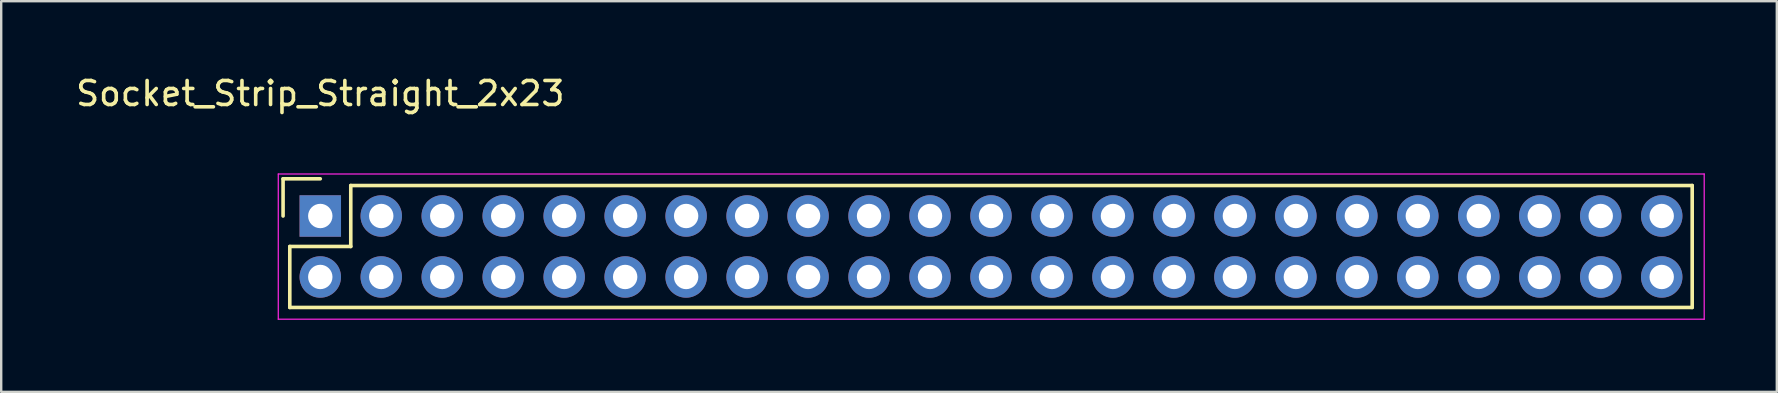
<source format=kicad_pcb>
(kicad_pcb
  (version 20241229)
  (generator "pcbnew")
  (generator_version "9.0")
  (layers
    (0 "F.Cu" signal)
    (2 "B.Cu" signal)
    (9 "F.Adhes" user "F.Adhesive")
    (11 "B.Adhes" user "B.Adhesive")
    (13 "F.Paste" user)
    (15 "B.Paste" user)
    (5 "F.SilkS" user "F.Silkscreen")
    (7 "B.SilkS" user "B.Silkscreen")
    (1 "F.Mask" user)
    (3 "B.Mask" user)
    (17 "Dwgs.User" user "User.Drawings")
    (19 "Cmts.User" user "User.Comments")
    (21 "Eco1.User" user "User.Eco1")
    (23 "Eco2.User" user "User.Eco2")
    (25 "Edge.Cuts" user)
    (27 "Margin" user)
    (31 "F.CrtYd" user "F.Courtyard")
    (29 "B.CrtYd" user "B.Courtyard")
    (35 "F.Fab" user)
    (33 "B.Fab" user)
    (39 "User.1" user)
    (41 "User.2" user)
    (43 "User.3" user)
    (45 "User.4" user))
  (footprint "Socket_Strip_Straight_2x23"
    (layer "F.Cu")
    (at 10.292 5.948)
    (property "Reference" "Socket_Strip_Straight_2x23" (at 0 -5.1 0) (layer "F.SilkS") (effects (font (size 1 1) (thickness 0.15))))
    (attr through_hole)
    (fp_line (start -1.55 -1.55) (end -1.55 0) (stroke (width 0.15) (type solid)) (layer "F.SilkS"))
    (fp_line (start -1.27 1.27) (end 1.27 1.27) (stroke (width 0.15) (type solid)) (layer "F.SilkS"))
    (fp_line (start -1.27 3.81) (end -1.27 1.27) (stroke (width 0.15) (type solid)) (layer "F.SilkS"))
    (fp_line (start 0 -1.55) (end -1.55 -1.55) (stroke (width 0.15) (type solid)) (layer "F.SilkS"))
    (fp_line (start 1.27 1.27) (end 1.27 -1.27) (stroke (width 0.15) (type solid)) (layer "F.SilkS"))
    (fp_line (start 57.15 -1.27) (end 1.27 -1.27) (stroke (width 0.15) (type solid)) (layer "F.SilkS"))
    (fp_line (start 57.15 3.81) (end -1.27 3.81) (stroke (width 0.15) (type solid)) (layer "F.SilkS"))
    (fp_line (start 57.15 3.81) (end 57.15 -1.27) (stroke (width 0.15) (type solid)) (layer "F.SilkS"))
    (fp_line (start -1.75 -1.75) (end -1.75 4.3) (stroke (width 0.05) (type solid)) (layer "F.CrtYd"))
    (fp_line (start -1.75 -1.75) (end 57.65 -1.75) (stroke (width 0.05) (type solid)) (layer "F.CrtYd"))
    (fp_line (start -1.75 4.3) (end 57.65 4.3) (stroke (width 0.05) (type solid)) (layer "F.CrtYd"))
    (fp_line (start 57.65 -1.75) (end 57.65 4.3) (stroke (width 0.05) (type solid)) (layer "F.CrtYd"))
    (pad "1" thru_hole rect (at 0 0) (size 1.727 1.727) (drill 1.016) (layers "*.Cu" "*.Mask"))
    (pad "2" thru_hole oval (at 0 2.54) (size 1.727 1.727) (drill 1.016) (layers "*.Cu" "*.Mask"))
    (pad "3" thru_hole oval (at 2.54 0) (size 1.727 1.727) (drill 1.016) (layers "*.Cu" "*.Mask"))
    (pad "4" thru_hole oval (at 2.54 2.54) (size 1.727 1.727) (drill 1.016) (layers "*.Cu" "*.Mask"))
    (pad "5" thru_hole oval (at 5.08 0) (size 1.727 1.727) (drill 1.016) (layers "*.Cu" "*.Mask"))
    (pad "6" thru_hole oval (at 5.08 2.54) (size 1.727 1.727) (drill 1.016) (layers "*.Cu" "*.Mask"))
    (pad "7" thru_hole oval (at 7.62 0) (size 1.727 1.727) (drill 1.016) (layers "*.Cu" "*.Mask"))
    (pad "8" thru_hole oval (at 7.62 2.54) (size 1.727 1.727) (drill 1.016) (layers "*.Cu" "*.Mask"))
    (pad "9" thru_hole oval (at 10.16 0) (size 1.727 1.727) (drill 1.016) (layers "*.Cu" "*.Mask"))
    (pad "10" thru_hole oval (at 10.16 2.54) (size 1.727 1.727) (drill 1.016) (layers "*.Cu" "*.Mask"))
    (pad "11" thru_hole oval (at 12.7 0) (size 1.727 1.727) (drill 1.016) (layers "*.Cu" "*.Mask"))
    (pad "12" thru_hole oval (at 12.7 2.54) (size 1.727 1.727) (drill 1.016) (layers "*.Cu" "*.Mask"))
    (pad "13" thru_hole oval (at 15.24 0) (size 1.727 1.727) (drill 1.016) (layers "*.Cu" "*.Mask"))
    (pad "14" thru_hole oval (at 15.24 2.54) (size 1.727 1.727) (drill 1.016) (layers "*.Cu" "*.Mask"))
    (pad "15" thru_hole oval (at 17.78 0) (size 1.727 1.727) (drill 1.016) (layers "*.Cu" "*.Mask"))
    (pad "16" thru_hole oval (at 17.78 2.54) (size 1.727 1.727) (drill 1.016) (layers "*.Cu" "*.Mask"))
    (pad "17" thru_hole oval (at 20.32 0) (size 1.727 1.727) (drill 1.016) (layers "*.Cu" "*.Mask"))
    (pad "18" thru_hole oval (at 20.32 2.54) (size 1.727 1.727) (drill 1.016) (layers "*.Cu" "*.Mask"))
    (pad "19" thru_hole oval (at 22.86 0) (size 1.727 1.727) (drill 1.016) (layers "*.Cu" "*.Mask"))
    (pad "20" thru_hole oval (at 22.86 2.54) (size 1.727 1.727) (drill 1.016) (layers "*.Cu" "*.Mask"))
    (pad "21" thru_hole oval (at 25.4 0) (size 1.727 1.727) (drill 1.016) (layers "*.Cu" "*.Mask"))
    (pad "22" thru_hole oval (at 25.4 2.54) (size 1.727 1.727) (drill 1.016) (layers "*.Cu" "*.Mask"))
    (pad "23" thru_hole oval (at 27.94 0) (size 1.727 1.727) (drill 1.016) (layers "*.Cu" "*.Mask"))
    (pad "24" thru_hole oval (at 27.94 2.54) (size 1.727 1.727) (drill 1.016) (layers "*.Cu" "*.Mask"))
    (pad "25" thru_hole oval (at 30.48 0) (size 1.727 1.727) (drill 1.016) (layers "*.Cu" "*.Mask"))
    (pad "26" thru_hole oval (at 30.48 2.54) (size 1.727 1.727) (drill 1.016) (layers "*.Cu" "*.Mask"))
    (pad "27" thru_hole oval (at 33.02 0) (size 1.727 1.727) (drill 1.016) (layers "*.Cu" "*.Mask"))
    (pad "28" thru_hole oval (at 33.02 2.54) (size 1.727 1.727) (drill 1.016) (layers "*.Cu" "*.Mask"))
    (pad "29" thru_hole oval (at 35.56 0) (size 1.727 1.727) (drill 1.016) (layers "*.Cu" "*.Mask"))
    (pad "30" thru_hole oval (at 35.56 2.54) (size 1.727 1.727) (drill 1.016) (layers "*.Cu" "*.Mask"))
    (pad "31" thru_hole oval (at 38.1 0) (size 1.727 1.727) (drill 1.016) (layers "*.Cu" "*.Mask"))
    (pad "32" thru_hole oval (at 38.1 2.54) (size 1.727 1.727) (drill 1.016) (layers "*.Cu" "*.Mask"))
    (pad "33" thru_hole oval (at 40.64 0) (size 1.727 1.727) (drill 1.016) (layers "*.Cu" "*.Mask"))
    (pad "34" thru_hole oval (at 40.64 2.54) (size 1.727 1.727) (drill 1.016) (layers "*.Cu" "*.Mask"))
    (pad "35" thru_hole oval (at 43.18 0) (size 1.727 1.727) (drill 1.016) (layers "*.Cu" "*.Mask"))
    (pad "36" thru_hole oval (at 43.18 2.54) (size 1.727 1.727) (drill 1.016) (layers "*.Cu" "*.Mask"))
    (pad "37" thru_hole oval (at 45.72 0) (size 1.727 1.727) (drill 1.016) (layers "*.Cu" "*.Mask"))
    (pad "38" thru_hole oval (at 45.72 2.54) (size 1.727 1.727) (drill 1.016) (layers "*.Cu" "*.Mask"))
    (pad "39" thru_hole oval (at 48.26 0) (size 1.727 1.727) (drill 1.016) (layers "*.Cu" "*.Mask"))
    (pad "40" thru_hole oval (at 48.26 2.54) (size 1.727 1.727) (drill 1.016) (layers "*.Cu" "*.Mask"))
    (pad "41" thru_hole oval (at 50.8 0) (size 1.727 1.727) (drill 1.016) (layers "*.Cu" "*.Mask"))
    (pad "42" thru_hole oval (at 50.8 2.54) (size 1.727 1.727) (drill 1.016) (layers "*.Cu" "*.Mask"))
    (pad "43" thru_hole oval (at 53.34 0) (size 1.727 1.727) (drill 1.016) (layers "*.Cu" "*.Mask"))
    (pad "44" thru_hole oval (at 53.34 2.54) (size 1.727 1.727) (drill 1.016) (layers "*.Cu" "*.Mask"))
    (pad "45" thru_hole oval (at 55.88 0) (size 1.727 1.727) (drill 1.016) (layers "*.Cu" "*.Mask"))
    (pad "46" thru_hole oval (at 55.88 2.54) (size 1.727 1.727) (drill 1.016) (layers "*.Cu" "*.Mask")))
  (gr_rect
    (start -3 -3)
    (end 70.967 13.273)
    (stroke (width 0.1) (type default))
    (fill no)
    (layer "Edge.Cuts")))
</source>
